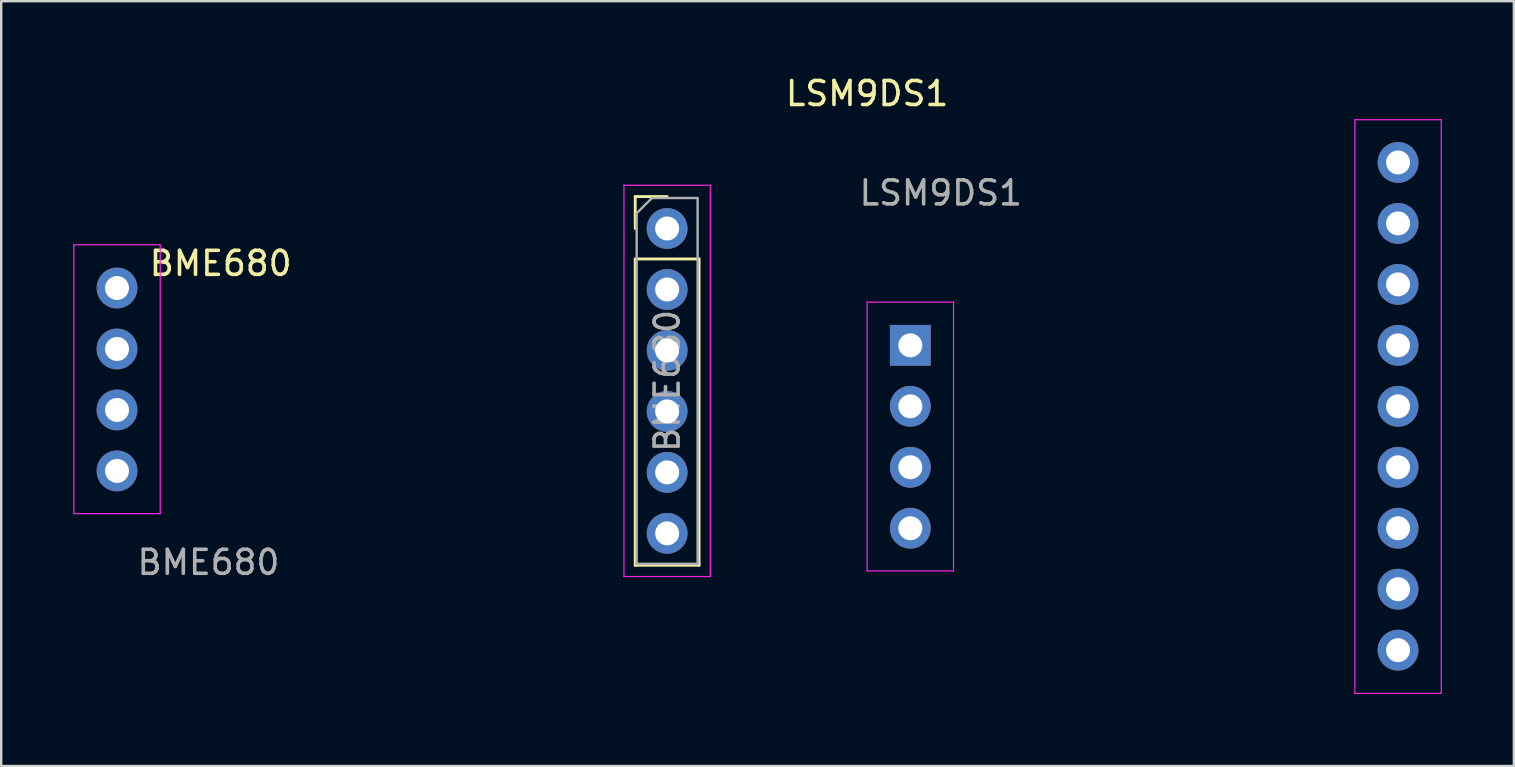
<source format=kicad_pcb>
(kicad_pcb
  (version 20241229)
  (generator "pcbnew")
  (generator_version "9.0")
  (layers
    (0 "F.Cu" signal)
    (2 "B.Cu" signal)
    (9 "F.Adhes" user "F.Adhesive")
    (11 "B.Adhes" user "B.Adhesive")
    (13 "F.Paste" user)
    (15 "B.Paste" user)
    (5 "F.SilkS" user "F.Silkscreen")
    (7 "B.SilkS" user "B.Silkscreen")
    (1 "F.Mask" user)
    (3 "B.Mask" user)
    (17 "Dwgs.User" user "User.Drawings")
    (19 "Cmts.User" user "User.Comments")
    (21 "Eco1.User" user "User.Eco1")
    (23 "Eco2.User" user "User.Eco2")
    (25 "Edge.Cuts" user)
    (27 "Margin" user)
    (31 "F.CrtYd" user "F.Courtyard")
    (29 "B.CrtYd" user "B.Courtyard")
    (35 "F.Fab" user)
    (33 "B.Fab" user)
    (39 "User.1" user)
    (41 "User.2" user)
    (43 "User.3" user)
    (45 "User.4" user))
  (footprint "LSM9DS1"
    (layer "F.Cu")
    (at 33.606 10.068)
    (property "Reference" "LSM9DS1" (at -0.53 -9.22 0) (unlocked yes) (layer "F.SilkS") (effects (font (size 1 1) (thickness 0.15))))
    (attr through_hole)
    (fp_line (start -0.53 -0.53) (end -0.53 10.67) (stroke (width 0.05) (type solid)) (layer "F.CrtYd"))
    (fp_line (start -0.53 10.67) (end 3.07 10.67) (stroke (width 0.05) (type solid)) (layer "F.CrtYd"))
    (fp_line (start 3.07 -0.53) (end -0.53 -0.53) (stroke (width 0.05) (type solid)) (layer "F.CrtYd"))
    (fp_line (start 3.07 10.67) (end 3.07 -0.53) (stroke (width 0.05) (type solid)) (layer "F.CrtYd"))
    (fp_line (start 19.79 -8.13) (end 19.79 15.77) (stroke (width 0.05) (type solid)) (layer "F.CrtYd"))
    (fp_line (start 19.79 15.77) (end 23.39 15.77) (stroke (width 0.05) (type solid)) (layer "F.CrtYd"))
    (fp_line (start 23.39 -8.13) (end 19.79 -8.13) (stroke (width 0.05) (type solid)) (layer "F.CrtYd"))
    (fp_line (start 23.39 15.77) (end 23.39 -8.13) (stroke (width 0.05) (type solid)) (layer "F.CrtYd"))
    (fp_line (start 10.16 -5.08) (end 9.906 -4.572) (stroke (width 0.12) (type solid)) (layer "User.1"))
    (fp_line (start 10.16 -5.08) (end 10.414 -4.572) (stroke (width 0.12) (type solid)) (layer "User.1"))
    (fp_line (start 10.16 -2.54) (end 10.16 -5.08) (stroke (width 0.12) (type solid)) (layer "User.1"))
    (fp_line (start 10.16 -2.54) (end 12.7 -2.54) (stroke (width 0.12) (type solid)) (layer "User.1"))
    (fp_line (start 10.414 -4.572) (end 10.16 -5.08) (stroke (width 0.12) (type solid)) (layer "User.1"))
    (fp_line (start 12.192 -2.794) (end 12.7 -2.54) (stroke (width 0.12) (type solid)) (layer "User.1"))
    (fp_line (start 12.7 -2.54) (end 12.192 -2.794) (stroke (width 0.12) (type solid)) (layer "User.1"))
    (fp_line (start 12.7 -2.54) (end 12.192 -2.286) (stroke (width 0.12) (type solid)) (layer "User.1"))
    (fp_circle (center 10.922 -3.302) (end 10.922 -3.302) (stroke (width 0.12) (type solid)) (fill no) (layer "User.1"))
    (fp_circle (center 10.922 -3.302) (end 10.922 -3.048) (stroke (width 0.12) (type solid)) (fill no) (layer "User.1"))
    (fp_poly (pts (xy 22.86 15.24) (xy 0 15.24) (xy 0 -7.62) (xy 22.86 -7.62)) (stroke (width 0.12) (type solid)) (fill no) (layer "User.1"))
    (fp_text user "${REFERENCE}" (at 2.54 -5.08 0) (unlocked yes) (layer "F.Fab") (effects (font (size 1 1) (thickness 0.15))))
    (fp_text user "Y" (at 9.906 -5.334 0) (unlocked yes) (layer "User.1") (effects (font (size 1 1) (thickness 0.15))))
    (fp_text user "X" (at 12.954 -2.54 180) (unlocked yes) (layer "User.1") (effects (font (size 1 1) (thickness 0.15))))
    (fp_text user "Z" (at 11.684 -4.064 0) (unlocked yes) (layer "User.1") (effects (font (size 1 1) (thickness 0.15))))
    (pad "1" thru_hole rect (at 1.27 1.27) (size 1.7 1.7) (drill 1) (layers "*.Cu" "*.Mask"))
    (pad "2" thru_hole oval (at 1.27 3.81) (size 1.7 1.7) (drill 1) (layers "*.Cu" "*.Mask"))
    (pad "3" thru_hole oval (at 1.27 6.35) (size 1.7 1.7) (drill 1) (layers "*.Cu" "*.Mask"))
    (pad "4" thru_hole oval (at 1.27 8.89) (size 1.7 1.7) (drill 1) (layers "*.Cu" "*.Mask"))
    (pad "5" thru_hole circle (at 21.59 13.97 180) (size 1.7 1.7) (drill 1) (layers "*.Cu" "*.Mask"))
    (pad "6" thru_hole oval (at 21.59 11.43 180) (size 1.7 1.7) (drill 1) (layers "*.Cu" "*.Mask"))
    (pad "7" thru_hole oval (at 21.59 8.89 180) (size 1.7 1.7) (drill 1) (layers "*.Cu" "*.Mask"))
    (pad "8" thru_hole oval (at 21.59 6.35 180) (size 1.7 1.7) (drill 1) (layers "*.Cu" "*.Mask"))
    (pad "9" thru_hole oval (at 21.59 3.81 180) (size 1.7 1.7) (drill 1) (layers "*.Cu" "*.Mask"))
    (pad "10" thru_hole oval (at 21.59 1.27 180) (size 1.7 1.7) (drill 1) (layers "*.Cu" "*.Mask"))
    (pad "11" thru_hole oval (at 21.59 -1.27 180) (size 1.7 1.7) (drill 1) (layers "*.Cu" "*.Mask"))
    (pad "12" thru_hole oval (at 21.59 -3.81 180) (size 1.7 1.7) (drill 1) (layers "*.Cu" "*.Mask"))
    (pad "13" thru_hole oval (at 21.59 -6.35 180) (size 1.7 1.7) (drill 1) (layers "*.Cu" "*.Mask")))
  (footprint "BME680"
    (layer "F.Cu")
    (at 0.555 7.68)
    (property "Reference" "BME680" (at 5.588 0.244 0) (unlocked yes) (layer "F.SilkS") (effects (font (size 1 1) (thickness 0.15))))
    (attr through_hole)
    (fp_line (start 22.86 -2.54) (end 24.19 -2.54) (stroke (width 0.12) (type solid)) (layer "F.SilkS"))
    (fp_line (start 22.86 -1.21) (end 22.86 -2.54) (stroke (width 0.12) (type solid)) (layer "F.SilkS"))
    (fp_line (start 22.86 0.06) (end 22.86 12.82) (stroke (width 0.12) (type solid)) (layer "F.SilkS"))
    (fp_line (start 22.86 0.06) (end 25.52 0.06) (stroke (width 0.12) (type solid)) (layer "F.SilkS"))
    (fp_line (start 22.86 12.82) (end 25.52 12.82) (stroke (width 0.12) (type solid)) (layer "F.SilkS"))
    (fp_line (start 25.52 0.06) (end 25.52 12.82) (stroke (width 0.12) (type solid)) (layer "F.SilkS"))
    (fp_line (start -0.53 -0.53) (end -0.53 10.67) (stroke (width 0.05) (type solid)) (layer "F.CrtYd"))
    (fp_line (start -0.53 10.67) (end 3.07 10.67) (stroke (width 0.05) (type solid)) (layer "F.CrtYd"))
    (fp_line (start 3.07 -0.53) (end -0.53 -0.53) (stroke (width 0.05) (type solid)) (layer "F.CrtYd"))
    (fp_line (start 3.07 10.67) (end 3.07 -0.53) (stroke (width 0.05) (type solid)) (layer "F.CrtYd"))
    (fp_line (start 22.39 -3.01) (end 22.39 13.29) (stroke (width 0.05) (type solid)) (layer "F.CrtYd"))
    (fp_line (start 22.39 13.29) (end 25.99 13.29) (stroke (width 0.05) (type solid)) (layer "F.CrtYd"))
    (fp_line (start 25.99 -3.01) (end 22.39 -3.01) (stroke (width 0.05) (type solid)) (layer "F.CrtYd"))
    (fp_line (start 25.99 13.29) (end 25.99 -3.01) (stroke (width 0.05) (type solid)) (layer "F.CrtYd"))
    (fp_line (start 22.92 -1.845) (end 23.555 -2.48) (stroke (width 0.1) (type solid)) (layer "F.Fab"))
    (fp_line (start 22.92 12.76) (end 22.92 -1.845) (stroke (width 0.1) (type solid)) (layer "F.Fab"))
    (fp_line (start 23.555 -2.48) (end 25.46 -2.48) (stroke (width 0.1) (type solid)) (layer "F.Fab"))
    (fp_line (start 25.46 -2.48) (end 25.46 12.76) (stroke (width 0.1) (type solid)) (layer "F.Fab"))
    (fp_line (start 25.46 12.76) (end 22.92 12.76) (stroke (width 0.1) (type solid)) (layer "F.Fab"))
    (fp_poly (pts (xy 25.4 17.78) (xy 0 17.78) (xy 0 -7.62) (xy 25.4 -7.62)) (stroke (width 0.12) (type solid)) (fill no) (layer "User.1"))
    (fp_text user "${REFERENCE}" (at 24.19 5.14 90) (layer "F.Fab") (effects (font (size 1 1) (thickness 0.15))))
    (fp_text user "${REFERENCE}" (at 5.08 12.7 0) (unlocked yes) (layer "F.Fab") (effects (font (size 1 1) (thickness 0.15))))
    (pad "1" thru_hole circle (at 1.27 1.27) (size 1.7 1.7) (drill 1) (layers "*.Cu" "*.Mask"))
    (pad "2" thru_hole oval (at 1.27 3.81) (size 1.7 1.7) (drill 1) (layers "*.Cu" "*.Mask"))
    (pad "3" thru_hole oval (at 1.27 6.35) (size 1.7 1.7) (drill 1) (layers "*.Cu" "*.Mask"))
    (pad "4" thru_hole oval (at 1.27 8.89) (size 1.7 1.7) (drill 1) (layers "*.Cu" "*.Mask"))
    (pad "5" thru_hole oval (at 24.19 11.49) (size 1.7 1.7) (drill 1) (layers "*.Cu" "*.Mask"))
    (pad "6" thru_hole oval (at 24.19 8.95) (size 1.7 1.7) (drill 1) (layers "*.Cu" "*.Mask"))
    (pad "7" thru_hole oval (at 24.19 6.41) (size 1.7 1.7) (drill 1) (layers "*.Cu" "*.Mask"))
    (pad "8" thru_hole oval (at 24.19 3.87) (size 1.7 1.7) (drill 1) (layers "*.Cu" "*.Mask"))
    (pad "9" thru_hole oval (at 24.19 1.33) (size 1.7 1.7) (drill 1) (layers "*.Cu" "*.Mask"))
    (pad "10" thru_hole circle (at 24.19 -1.21) (size 1.7 1.7) (drill 1) (layers "*.Cu" "*.Mask")))
  (gr_rect
    (start -3 -3)
    (end 60.021 28.863)
    (stroke (width 0.1) (type default))
    (fill no)
    (layer "Edge.Cuts")))
</source>
